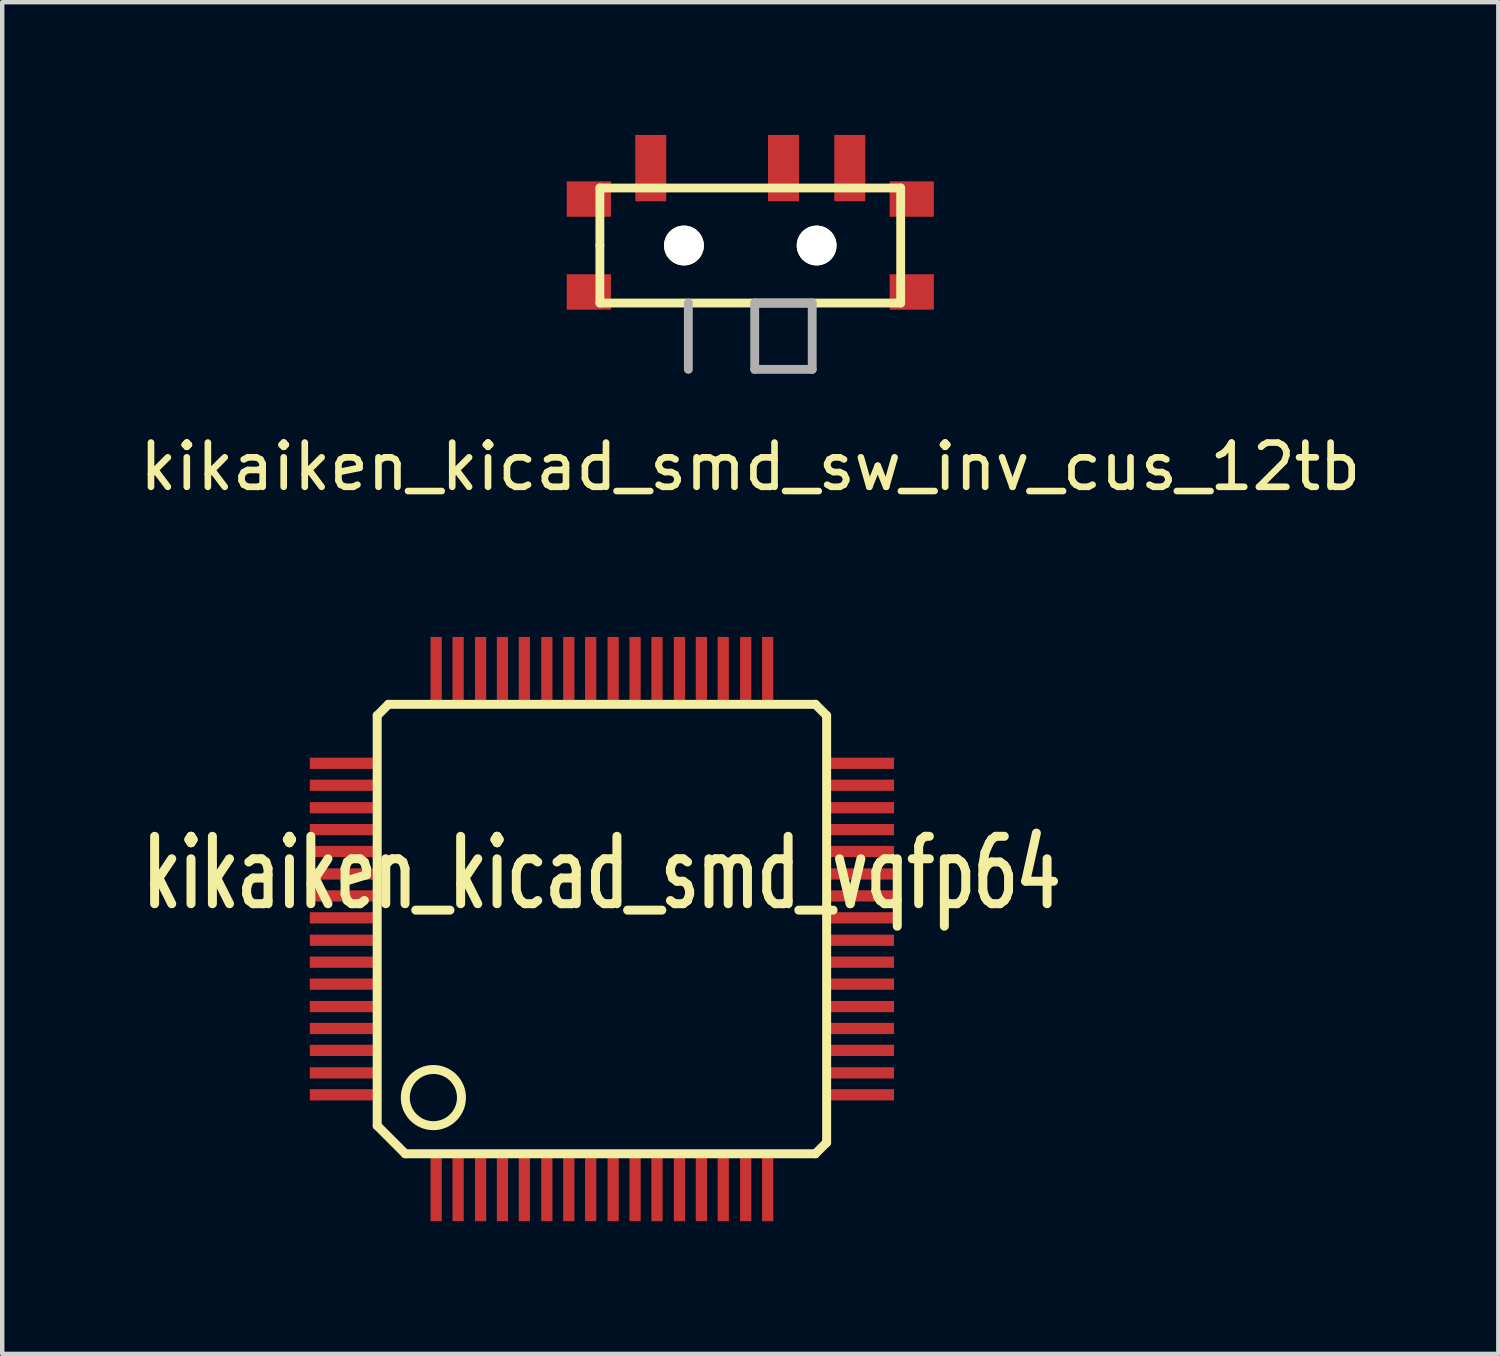
<source format=kicad_pcb>
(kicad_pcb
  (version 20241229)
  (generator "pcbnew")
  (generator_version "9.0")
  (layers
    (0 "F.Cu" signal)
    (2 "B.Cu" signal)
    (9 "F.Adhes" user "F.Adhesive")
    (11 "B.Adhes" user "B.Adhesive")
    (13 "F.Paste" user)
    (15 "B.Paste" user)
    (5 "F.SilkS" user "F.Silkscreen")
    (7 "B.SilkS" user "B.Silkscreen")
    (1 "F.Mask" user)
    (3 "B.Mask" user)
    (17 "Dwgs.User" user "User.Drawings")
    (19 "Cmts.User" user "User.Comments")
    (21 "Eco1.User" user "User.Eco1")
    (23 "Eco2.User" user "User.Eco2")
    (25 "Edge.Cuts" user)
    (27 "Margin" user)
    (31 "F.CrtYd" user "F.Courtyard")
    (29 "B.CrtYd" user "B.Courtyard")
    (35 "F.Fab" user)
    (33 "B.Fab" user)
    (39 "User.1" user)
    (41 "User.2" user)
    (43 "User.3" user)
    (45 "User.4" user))
  (footprint "kikaiken_kicad_smd_sw_inv_cus_12tb"
    (layer "F.Cu")
    (at 13.911 2.5)
    (property "Reference" "kikaiken_kicad_smd_sw_inv_cus_12tb" (at 0 5 0) (layer "F.SilkS") (effects (font (size 1 1) (thickness 0.15))))
    (attr through_hole)
    (fp_line (start -3.4 -1.3) (end 3.4 -1.3) (stroke (width 0.2) (type solid)) (layer "F.SilkS"))
    (fp_line (start -3.4 0) (end -3.4 -1.3) (stroke (width 0.2) (type solid)) (layer "F.SilkS"))
    (fp_line (start -3.4 1.3) (end -3.4 0) (stroke (width 0.2) (type solid)) (layer "F.SilkS"))
    (fp_line (start 3.4 -1.3) (end 3.4 1.3) (stroke (width 0.2) (type solid)) (layer "F.SilkS"))
    (fp_line (start 3.4 1.3) (end -3.4 1.3) (stroke (width 0.2) (type solid)) (layer "F.SilkS"))
    (fp_line (start -1.4 2.8) (end -1.4 1.3) (stroke (width 0.2) (type solid)) (layer "F.Fab"))
    (fp_line (start 0.1 1.3) (end 0.1 2.8) (stroke (width 0.2) (type solid)) (layer "F.Fab"))
    (fp_line (start 0.1 2.8) (end 1.4 2.8) (stroke (width 0.2) (type solid)) (layer "F.Fab"))
    (fp_line (start 1.4 1.3) (end 0.1 1.3) (stroke (width 0.2) (type solid)) (layer "F.Fab"))
    (fp_line (start 1.4 2.8) (end 1.4 1.3) (stroke (width 0.2) (type solid)) (layer "F.Fab"))
    (pad "" smd rect (at -3.65 -1.05) (size 1 0.8) (layers "F.Cu" "F.Mask" "F.Paste"))
    (pad "" smd rect (at -3.65 1.05) (size 1 0.8) (layers "F.Cu" "F.Mask" "F.Paste"))
    (pad "" np_thru_hole circle (at -1.5 0) (size 0.9 0.9) (drill 0.9) (layers "*.Cu" "*.Mask" "F.SilkS"))
    (pad "" np_thru_hole circle (at 1.5 0) (size 0.9 0.9) (drill 0.9) (layers "*.Cu" "*.Mask" "F.SilkS"))
    (pad "" smd rect (at 3.65 -1.05) (size 1 0.8) (layers "F.Cu" "F.Mask" "F.Paste"))
    (pad "" smd rect (at 3.65 1.05) (size 1 0.8) (layers "F.Cu" "F.Mask" "F.Paste"))
    (pad "1" smd rect (at -2.25 -1.75) (size 0.7 1.5) (layers "F.Cu" "F.Mask" "F.Paste"))
    (pad "2" smd rect (at 0.75 -1.75) (size 0.7 1.5) (layers "F.Cu" "F.Mask" "F.Paste"))
    (pad "3" smd rect (at 2.25 -1.75) (size 0.7 1.5) (layers "F.Cu" "F.Mask" "F.Paste")))
  (footprint "kikaiken_kicad_smd_vqfp64"
    (layer "F.Cu")
    (at 10.557 17.952)
    (property "Reference" "kikaiken_kicad_smd_vqfp64" (at 0 -1.267 0) (layer "F.SilkS") (effects (font (size 1.524 1.016) (thickness 0.203))))
    (attr smd)
    (fp_line (start -5.08 -4.826) (end -4.826 -5.08) (stroke (width 0.203) (type solid)) (layer "F.SilkS"))
    (fp_line (start -5.08 4.445) (end -5.08 -4.826) (stroke (width 0.203) (type solid)) (layer "F.SilkS"))
    (fp_line (start -4.826 -5.08) (end 4.826 -5.08) (stroke (width 0.203) (type solid)) (layer "F.SilkS"))
    (fp_line (start -4.445 5.08) (end -5.08 4.445) (stroke (width 0.203) (type solid)) (layer "F.SilkS"))
    (fp_line (start 4.826 -5.08) (end 5.08 -4.826) (stroke (width 0.203) (type solid)) (layer "F.SilkS"))
    (fp_line (start 4.826 5.08) (end -4.445 5.08) (stroke (width 0.203) (type solid)) (layer "F.SilkS"))
    (fp_line (start 5.08 -4.826) (end 5.08 4.826) (stroke (width 0.203) (type solid)) (layer "F.SilkS"))
    (fp_line (start 5.08 4.826) (end 4.826 5.08) (stroke (width 0.203) (type solid)) (layer "F.SilkS"))
    (fp_circle (center -3.81 3.81) (end -3.81 3.175) (stroke (width 0.203) (type solid)) (fill no) (layer "F.SilkS"))
    (pad "1" smd rect (at -3.747 5.842) (size 0.254 1.524) (layers "F.Cu" "F.Mask" "F.Paste"))
    (pad "2" smd rect (at -3.251 5.842) (size 0.254 1.524) (layers "F.Cu" "F.Mask" "F.Paste"))
    (pad "3" smd rect (at -2.743 5.842) (size 0.254 1.524) (layers "F.Cu" "F.Mask" "F.Paste"))
    (pad "4" smd rect (at -2.248 5.842) (size 0.254 1.524) (layers "F.Cu" "F.Mask" "F.Paste"))
    (pad "5" smd rect (at -1.753 5.842) (size 0.254 1.524) (layers "F.Cu" "F.Mask" "F.Paste"))
    (pad "6" smd rect (at -1.245 5.842) (size 0.254 1.524) (layers "F.Cu" "F.Mask" "F.Paste"))
    (pad "7" smd rect (at -0.749 5.842) (size 0.254 1.524) (layers "F.Cu" "F.Mask" "F.Paste"))
    (pad "8" smd rect (at -0.254 5.842) (size 0.254 1.524) (layers "F.Cu" "F.Mask" "F.Paste"))
    (pad "9" smd rect (at 0.254 5.842) (size 0.254 1.524) (layers "F.Cu" "F.Mask" "F.Paste"))
    (pad "10" smd rect (at 0.749 5.842) (size 0.254 1.524) (layers "F.Cu" "F.Mask" "F.Paste"))
    (pad "11" smd rect (at 1.245 5.842) (size 0.254 1.524) (layers "F.Cu" "F.Mask" "F.Paste"))
    (pad "12" smd rect (at 1.753 5.842) (size 0.254 1.524) (layers "F.Cu" "F.Mask" "F.Paste"))
    (pad "13" smd rect (at 2.248 5.842) (size 0.254 1.524) (layers "F.Cu" "F.Mask" "F.Paste"))
    (pad "14" smd rect (at 2.743 5.842) (size 0.254 1.524) (layers "F.Cu" "F.Mask" "F.Paste"))
    (pad "15" smd rect (at 3.251 5.842) (size 0.254 1.524) (layers "F.Cu" "F.Mask" "F.Paste"))
    (pad "16" smd rect (at 3.747 5.842) (size 0.254 1.524) (layers "F.Cu" "F.Mask" "F.Paste"))
    (pad "17" smd rect (at 5.842 3.747) (size 1.524 0.254) (layers "F.Cu" "F.Mask" "F.Paste"))
    (pad "18" smd rect (at 5.842 3.251) (size 1.524 0.254) (layers "F.Cu" "F.Mask" "F.Paste"))
    (pad "19" smd rect (at 5.842 2.743) (size 1.524 0.254) (layers "F.Cu" "F.Mask" "F.Paste"))
    (pad "20" smd rect (at 5.842 2.248) (size 1.524 0.254) (layers "F.Cu" "F.Mask" "F.Paste"))
    (pad "21" smd rect (at 5.842 1.753) (size 1.524 0.254) (layers "F.Cu" "F.Mask" "F.Paste"))
    (pad "22" smd rect (at 5.842 1.245) (size 1.524 0.254) (layers "F.Cu" "F.Mask" "F.Paste"))
    (pad "23" smd rect (at 5.842 0.749) (size 1.524 0.254) (layers "F.Cu" "F.Mask" "F.Paste"))
    (pad "24" smd rect (at 5.842 0.254) (size 1.524 0.254) (layers "F.Cu" "F.Mask" "F.Paste"))
    (pad "25" smd rect (at 5.842 -0.254) (size 1.524 0.254) (layers "F.Cu" "F.Mask" "F.Paste"))
    (pad "26" smd rect (at 5.842 -0.749) (size 1.524 0.254) (layers "F.Cu" "F.Mask" "F.Paste"))
    (pad "27" smd rect (at 5.842 -1.245) (size 1.524 0.254) (layers "F.Cu" "F.Mask" "F.Paste"))
    (pad "28" smd rect (at 5.842 -1.753) (size 1.524 0.254) (layers "F.Cu" "F.Mask" "F.Paste"))
    (pad "29" smd rect (at 5.842 -2.248) (size 1.524 0.254) (layers "F.Cu" "F.Mask" "F.Paste"))
    (pad "30" smd rect (at 5.842 -2.743) (size 1.524 0.254) (layers "F.Cu" "F.Mask" "F.Paste"))
    (pad "31" smd rect (at 5.842 -3.251) (size 1.524 0.254) (layers "F.Cu" "F.Mask" "F.Paste"))
    (pad "32" smd rect (at 5.842 -3.747) (size 1.524 0.254) (layers "F.Cu" "F.Mask" "F.Paste"))
    (pad "33" smd rect (at 3.747 -5.842) (size 0.254 1.524) (layers "F.Cu" "F.Mask" "F.Paste"))
    (pad "34" smd rect (at 3.251 -5.842) (size 0.254 1.524) (layers "F.Cu" "F.Mask" "F.Paste"))
    (pad "35" smd rect (at 2.743 -5.842) (size 0.254 1.524) (layers "F.Cu" "F.Mask" "F.Paste"))
    (pad "36" smd rect (at 2.248 -5.842) (size 0.254 1.524) (layers "F.Cu" "F.Mask" "F.Paste"))
    (pad "37" smd rect (at 1.753 -5.842) (size 0.254 1.524) (layers "F.Cu" "F.Mask" "F.Paste"))
    (pad "38" smd rect (at 1.245 -5.842) (size 0.254 1.524) (layers "F.Cu" "F.Mask" "F.Paste"))
    (pad "39" smd rect (at 0.749 -5.842) (size 0.254 1.524) (layers "F.Cu" "F.Mask" "F.Paste"))
    (pad "40" smd rect (at 0.254 -5.842) (size 0.254 1.524) (layers "F.Cu" "F.Mask" "F.Paste"))
    (pad "41" smd rect (at -0.254 -5.842) (size 0.254 1.524) (layers "F.Cu" "F.Mask" "F.Paste"))
    (pad "42" smd rect (at -0.749 -5.842) (size 0.254 1.524) (layers "F.Cu" "F.Mask" "F.Paste"))
    (pad "43" smd rect (at -1.245 -5.842) (size 0.254 1.524) (layers "F.Cu" "F.Mask" "F.Paste"))
    (pad "44" smd rect (at -1.753 -5.842) (size 0.254 1.524) (layers "F.Cu" "F.Mask" "F.Paste"))
    (pad "45" smd rect (at -2.248 -5.842) (size 0.254 1.524) (layers "F.Cu" "F.Mask" "F.Paste"))
    (pad "46" smd rect (at -2.743 -5.842) (size 0.254 1.524) (layers "F.Cu" "F.Mask" "F.Paste"))
    (pad "47" smd rect (at -3.251 -5.842) (size 0.254 1.524) (layers "F.Cu" "F.Mask" "F.Paste"))
    (pad "48" smd rect (at -3.747 -5.842) (size 0.254 1.524) (layers "F.Cu" "F.Mask" "F.Paste"))
    (pad "49" smd rect (at -5.842 -3.747) (size 1.524 0.254) (layers "F.Cu" "F.Mask" "F.Paste"))
    (pad "50" smd rect (at -5.842 -3.251) (size 1.524 0.254) (layers "F.Cu" "F.Mask" "F.Paste"))
    (pad "51" smd rect (at -5.842 -2.743) (size 1.524 0.254) (layers "F.Cu" "F.Mask" "F.Paste"))
    (pad "52" smd rect (at -5.842 -2.248) (size 1.524 0.254) (layers "F.Cu" "F.Mask" "F.Paste"))
    (pad "53" smd rect (at -5.842 -1.753) (size 1.524 0.254) (layers "F.Cu" "F.Mask" "F.Paste"))
    (pad "54" smd rect (at -5.842 -1.245) (size 1.524 0.254) (layers "F.Cu" "F.Mask" "F.Paste"))
    (pad "55" smd rect (at -5.842 -0.749) (size 1.524 0.254) (layers "F.Cu" "F.Mask" "F.Paste"))
    (pad "56" smd rect (at -5.842 -0.254) (size 1.524 0.254) (layers "F.Cu" "F.Mask" "F.Paste"))
    (pad "57" smd rect (at -5.842 0.254) (size 1.524 0.254) (layers "F.Cu" "F.Mask" "F.Paste"))
    (pad "58" smd rect (at -5.842 0.749) (size 1.524 0.254) (layers "F.Cu" "F.Mask" "F.Paste"))
    (pad "59" smd rect (at -5.842 1.245) (size 1.524 0.254) (layers "F.Cu" "F.Mask" "F.Paste"))
    (pad "60" smd rect (at -5.842 1.753) (size 1.524 0.254) (layers "F.Cu" "F.Mask" "F.Paste"))
    (pad "61" smd rect (at -5.842 2.248) (size 1.524 0.254) (layers "F.Cu" "F.Mask" "F.Paste"))
    (pad "62" smd rect (at -5.842 2.743) (size 1.524 0.254) (layers "F.Cu" "F.Mask" "F.Paste"))
    (pad "63" smd rect (at -5.842 3.251) (size 1.524 0.254) (layers "F.Cu" "F.Mask" "F.Paste"))
    (pad "64" smd rect (at -5.842 3.747) (size 1.524 0.254) (layers "F.Cu" "F.Mask" "F.Paste")))
  (gr_rect
    (start -3 -3)
    (end 30.821 27.556)
    (stroke (width 0.1) (type default))
    (fill no)
    (layer "Edge.Cuts")))
</source>
